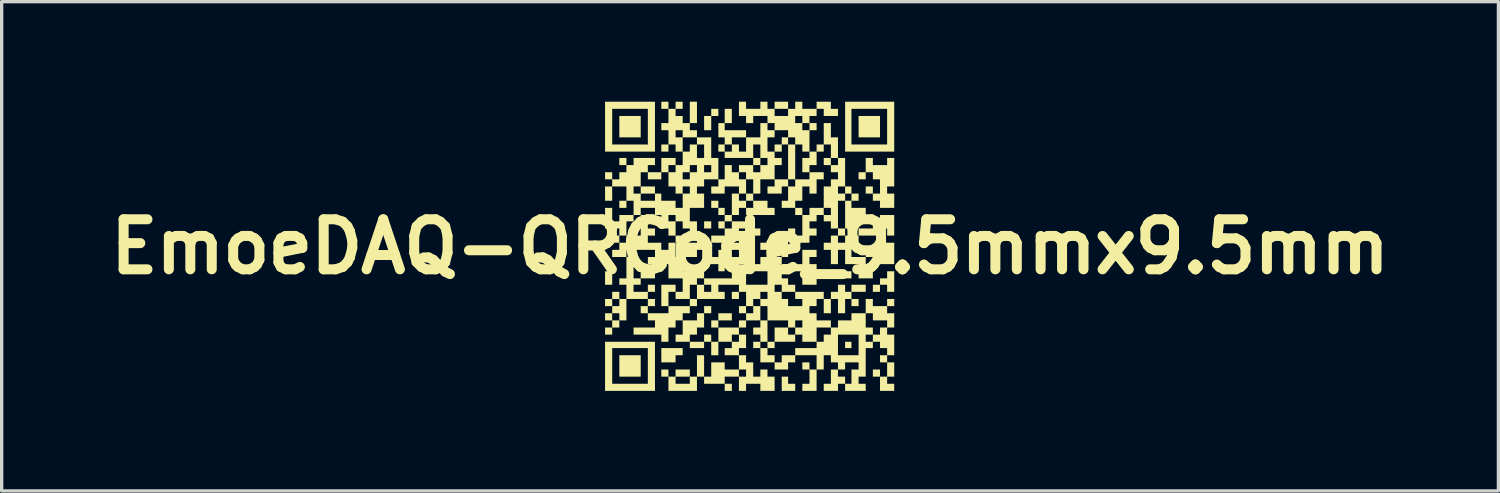
<source format=kicad_pcb>
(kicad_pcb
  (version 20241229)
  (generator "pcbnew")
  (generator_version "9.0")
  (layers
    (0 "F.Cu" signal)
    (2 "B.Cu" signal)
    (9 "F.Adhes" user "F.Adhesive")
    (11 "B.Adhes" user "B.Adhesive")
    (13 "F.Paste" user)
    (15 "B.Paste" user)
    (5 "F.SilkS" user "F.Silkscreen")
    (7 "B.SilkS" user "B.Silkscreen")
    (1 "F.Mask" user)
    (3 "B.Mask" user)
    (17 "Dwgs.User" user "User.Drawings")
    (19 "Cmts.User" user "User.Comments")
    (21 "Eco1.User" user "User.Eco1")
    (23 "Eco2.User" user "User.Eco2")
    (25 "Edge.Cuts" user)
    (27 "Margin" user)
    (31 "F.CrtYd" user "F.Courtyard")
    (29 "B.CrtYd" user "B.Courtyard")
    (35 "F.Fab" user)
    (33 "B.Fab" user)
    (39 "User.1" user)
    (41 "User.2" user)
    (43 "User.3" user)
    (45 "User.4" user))
  (footprint "EmoeDAQ-QRCode_9.5mmx9.5mm"
    (layer "F.Cu")
    (at 19.443 4.348)
    (property "Reference" "EmoeDAQ-QRCode_9.5mmx9.5mm" (at 0 0 0) (layer "F.SilkS") (effects (font (size 1.5 1.5) (thickness 0.3))))
    (attr board_only exclude_from_pos_files exclude_from_bom)
    (fp_poly (pts (xy -4.134 0.939) (xy -4.134 1.141) (xy -4.241 1.141) (xy -4.348 1.141) (xy -4.348 0.939) (xy -4.348 0.737) (xy -4.241 0.737) (xy -4.134 0.737)) (stroke (width 0) (type solid)) (fill yes) (layer "F.SilkS"))
    (fp_poly (pts (xy -3.279 -3.6) (xy -3.279 -3.279) (xy -3.6 -3.279) (xy -3.92 -3.279) (xy -3.92 -3.6) (xy -3.92 -3.92) (xy -3.6 -3.92) (xy -3.279 -3.92)) (stroke (width 0) (type solid)) (fill yes) (layer "F.SilkS"))
    (fp_poly (pts (xy -3.279 3.576) (xy -3.279 3.897) (xy -3.6 3.897) (xy -3.92 3.897) (xy -3.92 3.576) (xy -3.92 3.255) (xy -3.6 3.255) (xy -3.279 3.255)) (stroke (width 0) (type solid)) (fill yes) (layer "F.SilkS"))
    (fp_poly (pts (xy -2.851 -1.699) (xy -2.851 -1.592) (xy -3.065 -1.592) (xy -3.279 -1.592) (xy -3.279 -1.699) (xy -3.279 -1.806) (xy -3.065 -1.806) (xy -2.851 -1.806)) (stroke (width 0) (type solid)) (fill yes) (layer "F.SilkS"))
    (fp_poly (pts (xy -2.851 1.247) (xy -2.851 1.354) (xy -2.958 1.354) (xy -3.065 1.354) (xy -3.065 1.247) (xy -3.065 1.141) (xy -2.958 1.141) (xy -2.851 1.141)) (stroke (width 0) (type solid)) (fill yes) (layer "F.SilkS"))
    (fp_poly (pts (xy -1.592 1.675) (xy -1.592 1.782) (xy -1.699 1.782) (xy -1.806 1.782) (xy -1.806 1.675) (xy -1.806 1.568) (xy -1.699 1.568) (xy -1.592 1.568)) (stroke (width 0) (type solid)) (fill yes) (layer "F.SilkS"))
    (fp_poly (pts (xy -1.164 -0.653) (xy -1.164 -0.546) (xy -1.271 -0.546) (xy -1.378 -0.546) (xy -1.378 -0.653) (xy -1.378 -0.76) (xy -1.271 -0.76) (xy -1.164 -0.76)) (stroke (width 0) (type solid)) (fill yes) (layer "F.SilkS"))
    (fp_poly (pts (xy -1.164 1.889) (xy -1.164 1.996) (xy -1.271 1.996) (xy -1.378 1.996) (xy -1.378 1.889) (xy -1.378 1.782) (xy -1.271 1.782) (xy -1.164 1.782)) (stroke (width 0) (type solid)) (fill yes) (layer "F.SilkS"))
    (fp_poly (pts (xy -0.95 -1.271) (xy -0.95 -1.164) (xy -1.057 -1.164) (xy -1.164 -1.164) (xy -1.164 -1.271) (xy -1.164 -1.378) (xy -1.057 -1.378) (xy -0.95 -1.378)) (stroke (width 0) (type solid)) (fill yes) (layer "F.SilkS"))
    (fp_poly (pts (xy -0.546 4.217) (xy -0.546 4.324) (xy -0.653 4.324) (xy -0.76 4.324) (xy -0.76 4.217) (xy -0.76 4.111) (xy -0.653 4.111) (xy -0.546 4.111)) (stroke (width 0) (type solid)) (fill yes) (layer "F.SilkS"))
    (fp_poly (pts (xy -0.333 1.461) (xy -0.333 1.568) (xy -0.44 1.568) (xy -0.546 1.568) (xy -0.546 1.461) (xy -0.546 1.354) (xy -0.44 1.354) (xy -0.333 1.354)) (stroke (width 0) (type solid)) (fill yes) (layer "F.SilkS"))
    (fp_poly (pts (xy -0.119 1.889) (xy -0.119 1.996) (xy -0.226 1.996) (xy -0.333 1.996) (xy -0.333 1.889) (xy -0.333 1.782) (xy -0.226 1.782) (xy -0.119 1.782)) (stroke (width 0) (type solid)) (fill yes) (layer "F.SilkS"))
    (fp_poly (pts (xy 0.309 -0.44) (xy 0.309 -0.333) (xy 0.202 -0.333) (xy 0.095 -0.333) (xy 0.095 -0.44) (xy 0.095 -0.546) (xy 0.202 -0.546) (xy 0.309 -0.546)) (stroke (width 0) (type solid)) (fill yes) (layer "F.SilkS"))
    (fp_poly (pts (xy 0.523 -0.012) (xy 0.523 0.095) (xy 0.416 0.095) (xy 0.309 0.095) (xy 0.309 -0.012) (xy 0.309 -0.119) (xy 0.416 -0.119) (xy 0.523 -0.119)) (stroke (width 0) (type solid)) (fill yes) (layer "F.SilkS"))
    (fp_poly (pts (xy 0.737 0.202) (xy 0.737 0.309) (xy 0.63 0.309) (xy 0.523 0.309) (xy 0.523 0.202) (xy 0.523 0.095) (xy 0.63 0.095) (xy 0.737 0.095)) (stroke (width 0) (type solid)) (fill yes) (layer "F.SilkS"))
    (fp_poly (pts (xy 1.568 -1.057) (xy 1.568 -0.95) (xy 1.461 -0.95) (xy 1.354 -0.95) (xy 1.354 -1.057) (xy 1.354 -1.164) (xy 1.461 -1.164) (xy 1.568 -1.164)) (stroke (width 0) (type solid)) (fill yes) (layer "F.SilkS"))
    (fp_poly (pts (xy 2.424 -2.554) (xy 2.424 -2.447) (xy 2.317 -2.447) (xy 2.21 -2.447) (xy 2.21 -2.554) (xy 2.21 -2.661) (xy 2.317 -2.661) (xy 2.424 -2.661)) (stroke (width 0) (type solid)) (fill yes) (layer "F.SilkS"))
    (fp_poly (pts (xy 3.041 0.843) (xy 3.041 0.95) (xy 2.732 0.95) (xy 2.424 0.95) (xy 2.424 0.843) (xy 2.424 0.737) (xy 2.732 0.737) (xy 3.041 0.737)) (stroke (width 0) (type solid)) (fill yes) (layer "F.SilkS"))
    (fp_poly (pts (xy 3.041 2.946) (xy 3.041 3.041) (xy 2.946 3.041) (xy 2.851 3.041) (xy 2.851 2.946) (xy 2.851 2.851) (xy 2.946 2.851) (xy 3.041 2.851)) (stroke (width 0) (type solid)) (fill yes) (layer "F.SilkS"))
    (fp_poly (pts (xy 3.255 1.675) (xy 3.255 1.782) (xy 3.148 1.782) (xy 3.041 1.782) (xy 3.041 1.675) (xy 3.041 1.568) (xy 3.148 1.568) (xy 3.255 1.568)) (stroke (width 0) (type solid)) (fill yes) (layer "F.SilkS"))
    (fp_poly (pts (xy 3.897 -3.6) (xy 3.897 -3.279) (xy 3.576 -3.279) (xy 3.255 -3.279) (xy 3.255 -3.6) (xy 3.255 -3.92) (xy 3.576 -3.92) (xy 3.897 -3.92)) (stroke (width 0) (type solid)) (fill yes) (layer "F.SilkS"))
    (fp_poly (pts (xy -3.707 0.095) (xy -3.707 0.309) (xy -3.92 0.309) (xy -4.134 0.309) (xy -4.134 0.202) (xy -4.134 0.095) (xy -4.027 0.095) (xy -3.92 0.095) (xy -3.92 -0.012) (xy -3.92 -0.119) (xy -3.814 -0.119) (xy -3.707 -0.119)) (stroke (width 0) (type solid)) (fill yes) (layer "F.SilkS"))
    (fp_poly (pts (xy -2.02 3.148) (xy -2.02 3.255) (xy -2.127 3.255) (xy -2.233 3.255) (xy -2.233 3.362) (xy -2.233 3.469) (xy -2.447 3.469) (xy -2.661 3.469) (xy -2.661 3.255) (xy -2.661 3.041) (xy -2.34 3.041) (xy -2.02 3.041)) (stroke (width 0) (type solid)) (fill yes) (layer "F.SilkS"))
    (fp_poly (pts (xy 1.141 4.004) (xy 1.141 4.111) (xy 1.247 4.111) (xy 1.354 4.111) (xy 1.354 4.217) (xy 1.354 4.324) (xy 1.152 4.324) (xy 0.95 4.324) (xy 0.95 4.111) (xy 0.95 3.897) (xy 1.045 3.897) (xy 1.141 3.897)) (stroke (width 0) (type solid)) (fill yes) (layer "F.SilkS"))
    (fp_poly (pts (xy -0.95 -4.027) (xy -0.95 -3.92) (xy -1.057 -3.92) (xy -1.164 -3.92) (xy -1.164 -3.707) (xy -1.164 -3.493) (xy -1.271 -3.493) (xy -1.378 -3.493) (xy -1.378 -3.707) (xy -1.378 -3.92) (xy -1.271 -3.92) (xy -1.164 -3.92) (xy -1.164 -4.027) (xy -1.164 -4.134) (xy -1.057 -4.134) (xy -0.95 -4.134)) (stroke (width 0) (type solid)) (fill yes) (layer "F.SilkS"))
    (fp_poly (pts (xy -0.546 2.103) (xy -0.546 2.21) (xy -0.748 2.21) (xy -0.95 2.21) (xy -0.95 2.317) (xy -0.95 2.424) (xy -1.057 2.424) (xy -1.164 2.424) (xy -1.164 2.317) (xy -1.164 2.21) (xy -1.057 2.21) (xy -0.95 2.21) (xy -0.95 2.103) (xy -0.95 1.996) (xy -0.748 1.996) (xy -0.546 1.996)) (stroke (width 0) (type solid)) (fill yes) (layer "F.SilkS"))
    (fp_poly (pts (xy 1.141 -3.172) (xy 1.141 -3.065) (xy 1.045 -3.065) (xy 0.95 -3.065) (xy 0.95 -2.958) (xy 0.95 -2.851) (xy 0.843 -2.851) (xy 0.737 -2.851) (xy 0.737 -2.958) (xy 0.737 -3.065) (xy 0.843 -3.065) (xy 0.95 -3.065) (xy 0.95 -3.172) (xy 0.95 -3.279) (xy 1.045 -3.279) (xy 1.141 -3.279)) (stroke (width 0) (type solid)) (fill yes) (layer "F.SilkS"))
    (fp_poly (pts (xy -2.851 -3.6) (xy -2.851 -2.851) (xy -3.6 -2.851) (xy -4.348 -2.851) (xy -4.348 -3.6) (xy -4.134 -3.6) (xy -4.134 -3.065) (xy -3.6 -3.065) (xy -3.065 -3.065) (xy -3.065 -3.6) (xy -3.065 -4.134) (xy -3.6 -4.134) (xy -4.134 -4.134) (xy -4.134 -3.6) (xy -4.348 -3.6) (xy -4.348 -4.348) (xy -3.6 -4.348) (xy -2.851 -4.348)) (stroke (width 0) (type solid)) (fill yes) (layer "F.SilkS"))
    (fp_poly (pts (xy 4.324 -3.6) (xy 4.324 -2.851) (xy 3.588 -2.851) (xy 2.851 -2.851) (xy 2.851 -3.6) (xy 3.041 -3.6) (xy 3.041 -3.065) (xy 3.576 -3.065) (xy 4.111 -3.065) (xy 4.111 -3.6) (xy 4.111 -4.134) (xy 3.576 -4.134) (xy 3.041 -4.134) (xy 3.041 -3.6) (xy 2.851 -3.6) (xy 2.851 -4.348) (xy 3.588 -4.348) (xy 4.324 -4.348)) (stroke (width 0) (type solid)) (fill yes) (layer "F.SilkS"))
    (fp_poly (pts (xy -2.851 3.588) (xy -2.851 4.324) (xy -3.6 4.324) (xy -4.348 4.324) (xy -4.348 3.588) (xy -4.348 3.576) (xy -4.134 3.576) (xy -4.134 4.111) (xy -3.6 4.111) (xy -3.065 4.111) (xy -3.065 3.576) (xy -3.065 3.041) (xy -3.6 3.041) (xy -4.134 3.041) (xy -4.134 3.576) (xy -4.348 3.576) (xy -4.348 2.851) (xy -3.6 2.851) (xy -2.851 2.851)) (stroke (width 0) (type solid)) (fill yes) (layer "F.SilkS"))
    (fp_poly (pts (xy 1.141 2.53) (xy 1.141 2.637) (xy 1.247 2.637) (xy 1.354 2.637) (xy 1.354 2.744) (xy 1.354 2.851) (xy 1.045 2.851) (xy 0.737 2.851) (xy 0.737 2.946) (xy 0.737 3.041) (xy 0.63 3.041) (xy 0.523 3.041) (xy 0.523 2.946) (xy 0.523 2.851) (xy 0.63 2.851) (xy 0.737 2.851) (xy 0.737 2.637) (xy 0.737 2.424) (xy 0.939 2.424) (xy 1.141 2.424)) (stroke (width 0) (type solid)) (fill yes) (layer "F.SilkS"))
    (fp_poly (pts (xy 4.324 1.045) (xy 4.324 1.354) (xy 4.217 1.354) (xy 4.111 1.354) (xy 4.111 1.247) (xy 4.111 1.141) (xy 4.004 1.141) (xy 3.897 1.141) (xy 3.897 1.247) (xy 3.897 1.354) (xy 3.79 1.354) (xy 3.683 1.354) (xy 3.683 1.247) (xy 3.683 1.141) (xy 3.79 1.141) (xy 3.897 1.141) (xy 3.897 1.045) (xy 3.897 0.95) (xy 4.004 0.95) (xy 4.111 0.95) (xy 4.111 0.843) (xy 4.111 0.737) (xy 4.217 0.737) (xy 4.324 0.737)) (stroke (width 0) (type solid)) (fill yes) (layer "F.SilkS"))
    (fp_poly (pts (xy 3.255 -1.485) (xy 3.255 -1.378) (xy 3.148 -1.378) (xy 3.041 -1.378) (xy 3.041 -1.271) (xy 3.041 -1.164) (xy 3.255 -1.164) (xy 3.469 -1.164) (xy 3.469 -1.057) (xy 3.469 -0.95) (xy 3.362 -0.95) (xy 3.255 -0.95) (xy 3.255 -0.855) (xy 3.255 -0.76) (xy 3.148 -0.76) (xy 3.041 -0.76) (xy 3.041 -0.653) (xy 3.041 -0.546) (xy 2.946 -0.546) (xy 2.851 -0.546) (xy 2.851 -0.962) (xy 2.851 -1.378) (xy 2.946 -1.378) (xy 3.041 -1.378) (xy 3.041 -1.485) (xy 3.041 -1.592) (xy 3.148 -1.592) (xy 3.255 -1.592)) (stroke (width 0) (type solid)) (fill yes) (layer "F.SilkS"))
    (fp_poly (pts (xy 4.324 3.683) (xy 4.324 3.897) (xy 4.217 3.897) (xy 4.111 3.897) (xy 4.111 4.004) (xy 4.111 4.111) (xy 4.217 4.111) (xy 4.324 4.111) (xy 4.324 4.217) (xy 4.324 4.324) (xy 4.111 4.324) (xy 3.897 4.324) (xy 3.897 4.111) (xy 3.897 3.897) (xy 3.79 3.897) (xy 3.683 3.897) (xy 3.683 3.79) (xy 3.683 3.683) (xy 3.79 3.683) (xy 3.897 3.683) (xy 3.897 3.79) (xy 3.897 3.897) (xy 4.004 3.897) (xy 4.111 3.897) (xy 4.111 3.683) (xy 4.111 3.469) (xy 4.217 3.469) (xy 4.324 3.469)) (stroke (width 0) (type solid)) (fill yes) (layer "F.SilkS"))
    (fp_poly (pts (xy 1.996 0.202) (xy 1.996 0.309) (xy 1.889 0.309) (xy 1.782 0.309) (xy 1.782 0.416) (xy 1.782 0.523) (xy 1.889 0.523) (xy 1.996 0.523) (xy 1.996 0.63) (xy 1.996 0.737) (xy 2.103 0.737) (xy 2.21 0.737) (xy 2.21 0.843) (xy 2.21 0.95) (xy 2.103 0.95) (xy 1.996 0.95) (xy 1.996 1.045) (xy 1.996 1.141) (xy 1.782 1.141) (xy 1.568 1.141) (xy 1.568 0.939) (xy 1.568 0.737) (xy 1.461 0.737) (xy 1.354 0.737) (xy 1.354 0.63) (xy 1.354 0.523) (xy 1.461 0.523) (xy 1.568 0.523) (xy 1.568 0.309) (xy 1.568 0.095) (xy 1.782 0.095) (xy 1.996 0.095)) (stroke (width 0) (type solid)) (fill yes) (layer "F.SilkS"))
    (fp_poly (pts (xy 3.683 -2.554) (xy 3.683 -2.447) (xy 3.897 -2.447) (xy 4.111 -2.447) (xy 4.111 -2.554) (xy 4.111 -2.661) (xy 4.217 -2.661) (xy 4.324 -2.661) (xy 4.324 -2.233) (xy 4.324 -1.806) (xy 4.217 -1.806) (xy 4.111 -1.806) (xy 4.111 -1.699) (xy 4.111 -1.592) (xy 4.217 -1.592) (xy 4.324 -1.592) (xy 4.324 -1.378) (xy 4.324 -1.164) (xy 4.111 -1.164) (xy 3.897 -1.164) (xy 3.897 -1.271) (xy 3.897 -1.378) (xy 3.79 -1.378) (xy 3.683 -1.378) (xy 3.683 -1.485) (xy 3.683 -1.592) (xy 3.576 -1.592) (xy 3.469 -1.592) (xy 3.469 -1.699) (xy 3.469 -1.806) (xy 3.576 -1.806) (xy 3.683 -1.806) (xy 3.683 -1.699) (xy 3.683 -1.592) (xy 3.79 -1.592) (xy 3.897 -1.592) (xy 3.897 -1.806) (xy 3.897 -2.02) (xy 3.79 -2.02) (xy 3.683 -2.02) (xy 3.683 -2.127) (xy 3.683 -2.233) (xy 3.576 -2.233) (xy 3.469 -2.233) (xy 3.469 -2.127) (xy 3.469 -2.02) (xy 3.362 -2.02) (xy 3.255 -2.02) (xy 3.255 -2.127) (xy 3.255 -2.233) (xy 3.362 -2.233) (xy 3.469 -2.233) (xy 3.469 -2.447) (xy 3.469 -2.661) (xy 3.576 -2.661) (xy 3.683 -2.661)) (stroke (width 0) (type solid)) (fill yes) (layer "F.SilkS"))
    (fp_poly (pts (xy 1.354 -2.542) (xy 1.354 -2.02) (xy 1.568 -2.02) (xy 1.782 -2.02) (xy 1.782 -2.127) (xy 1.782 -2.233) (xy 1.996 -2.233) (xy 2.21 -2.233) (xy 2.21 -2.127) (xy 2.21 -2.02) (xy 2.103 -2.02) (xy 1.996 -2.02) (xy 1.996 -1.806) (xy 1.996 -1.592) (xy 1.889 -1.592) (xy 1.782 -1.592) (xy 1.782 -1.699) (xy 1.782 -1.806) (xy 1.675 -1.806) (xy 1.568 -1.806) (xy 1.568 -1.592) (xy 1.568 -1.378) (xy 1.461 -1.378) (xy 1.354 -1.378) (xy 1.354 -1.271) (xy 1.354 -1.164) (xy 1.152 -1.164) (xy 0.95 -1.164) (xy 0.95 -1.271) (xy 0.95 -1.378) (xy 1.045 -1.378) (xy 1.141 -1.378) (xy 1.141 -1.592) (xy 1.141 -1.806) (xy 1.045 -1.806) (xy 0.95 -1.806) (xy 0.95 -1.699) (xy 0.95 -1.592) (xy 0.737 -1.592) (xy 0.523 -1.592) (xy 0.523 -1.699) (xy 0.523 -1.806) (xy 0.63 -1.806) (xy 0.737 -1.806) (xy 0.737 -1.913) (xy 1.141 -1.913) (xy 1.141 -1.806) (xy 1.247 -1.806) (xy 1.354 -1.806) (xy 1.354 -1.913) (xy 1.354 -2.02) (xy 1.247 -2.02) (xy 1.141 -2.02) (xy 1.141 -1.913) (xy 0.737 -1.913) (xy 0.737 -2.02) (xy 0.939 -2.02) (xy 1.141 -2.02) (xy 1.141 -2.542) (xy 1.141 -3.065) (xy 1.247 -3.065) (xy 1.354 -3.065)) (stroke (width 0) (type solid)) (fill yes) (layer "F.SilkS"))
    (fp_poly (pts (xy -0.333 -1.485) (xy -0.333 -1.378) (xy -0.226 -1.378) (xy -0.119 -1.378) (xy -0.119 -1.485) (xy -0.119 -1.592) (xy -0.012 -1.592) (xy 0.095 -1.592) (xy 0.095 -1.485) (xy 0.095 -1.378) (xy -0.012 -1.378) (xy -0.119 -1.378) (xy -0.119 -1.271) (xy -0.119 -1.164) (xy -0.012 -1.164) (xy 0.095 -1.164) (xy 0.095 -1.271) (xy 0.095 -1.378) (xy 0.309 -1.378) (xy 0.523 -1.378) (xy 0.523 -1.271) (xy 0.523 -1.164) (xy 0.63 -1.164) (xy 0.737 -1.164) (xy 0.737 -1.057) (xy 0.737 -0.95) (xy 0.309 -0.95) (xy -0.119 -0.95) (xy -0.119 -1.057) (xy -0.119 -1.164) (xy -0.226 -1.164) (xy -0.333 -1.164) (xy -0.333 -1.057) (xy -0.333 -0.95) (xy -0.44 -0.95) (xy -0.546 -0.95) (xy -0.546 -0.855) (xy -0.546 -0.76) (xy -0.653 -0.76) (xy -0.76 -0.76) (xy -0.76 -0.653) (xy -0.76 -0.546) (xy -0.855 -0.546) (xy -0.95 -0.546) (xy -0.95 -0.653) (xy -0.95 -0.76) (xy -0.855 -0.76) (xy -0.76 -0.76) (xy -0.76 -0.855) (xy -0.76 -0.95) (xy -0.855 -0.95) (xy -0.95 -0.95) (xy -0.95 -1.057) (xy -0.95 -1.164) (xy -0.855 -1.164) (xy -0.76 -1.164) (xy -0.76 -1.057) (xy -0.76 -0.95) (xy -0.653 -0.95) (xy -0.546 -0.95) (xy -0.546 -1.271) (xy -0.546 -1.592) (xy -0.44 -1.592) (xy -0.333 -1.592)) (stroke (width 0) (type solid)) (fill yes) (layer "F.SilkS"))
    (fp_poly (pts (xy -3.493 0.63) (xy -3.493 0.95) (xy -3.386 0.95) (xy -3.279 0.95) (xy -3.279 1.045) (xy -3.279 1.141) (xy -3.386 1.141) (xy -3.493 1.141) (xy -3.493 1.247) (xy -3.493 1.354) (xy -3.279 1.354) (xy -3.065 1.354) (xy -3.065 1.461) (xy -3.065 1.568) (xy -3.386 1.568) (xy -3.707 1.568) (xy -3.707 1.889) (xy -3.707 2.21) (xy -3.814 2.21) (xy -3.92 2.21) (xy -3.92 2.317) (xy -3.92 2.424) (xy -4.027 2.424) (xy -4.134 2.424) (xy -4.134 2.53) (xy -4.134 2.637) (xy -4.241 2.637) (xy -4.348 2.637) (xy -4.348 2.53) (xy -4.348 2.424) (xy -4.241 2.424) (xy -4.134 2.424) (xy -4.134 2.317) (xy -4.134 2.21) (xy -4.241 2.21) (xy -4.348 2.21) (xy -4.348 2.103) (xy -4.134 2.103) (xy -4.134 2.21) (xy -4.027 2.21) (xy -3.92 2.21) (xy -3.92 2.103) (xy -3.92 1.996) (xy -4.027 1.996) (xy -4.134 1.996) (xy -4.134 2.103) (xy -4.348 2.103) (xy -4.348 1.996) (xy -4.241 1.996) (xy -4.134 1.996) (xy -4.134 1.889) (xy -4.134 1.782) (xy -4.241 1.782) (xy -4.348 1.782) (xy -4.348 1.675) (xy -4.134 1.675) (xy -4.134 1.782) (xy -4.027 1.782) (xy -3.92 1.782) (xy -3.92 1.675) (xy -3.92 1.568) (xy -4.027 1.568) (xy -4.134 1.568) (xy -4.134 1.675) (xy -4.348 1.675) (xy -4.348 1.568) (xy -4.241 1.568) (xy -4.134 1.568) (xy -4.134 1.461) (xy -4.134 1.354) (xy -4.027 1.354) (xy -3.92 1.354) (xy -3.92 1.461) (xy -3.92 1.568) (xy -3.814 1.568) (xy -3.707 1.568) (xy -3.707 1.354) (xy -3.707 1.141) (xy -3.814 1.141) (xy -3.92 1.141) (xy -3.92 1.045) (xy -3.92 0.95) (xy -3.814 0.95) (xy -3.707 0.95) (xy -3.707 0.63) (xy -3.707 0.309) (xy -3.6 0.309) (xy -3.493 0.309)) (stroke (width 0) (type solid)) (fill yes) (layer "F.SilkS"))
    (fp_poly (pts (xy 3.683 -0.855) (xy 3.683 -0.76) (xy 3.79 -0.76) (xy 3.897 -0.76) (xy 3.897 -0.855) (xy 3.897 -0.95) (xy 4.111 -0.95) (xy 4.324 -0.95) (xy 4.324 -0.642) (xy 4.324 -0.333) (xy 4.217 -0.333) (xy 4.111 -0.333) (xy 4.111 -0.44) (xy 4.111 -0.546) (xy 4.004 -0.546) (xy 3.897 -0.546) (xy 3.897 -0.44) (xy 3.897 -0.333) (xy 3.576 -0.333) (xy 3.255 -0.333) (xy 3.255 -0.226) (xy 3.255 -0.119) (xy 3.148 -0.119) (xy 3.041 -0.119) (xy 3.041 0.095) (xy 3.041 0.309) (xy 3.255 0.309) (xy 3.469 0.309) (xy 3.469 0.202) (xy 3.469 0.095) (xy 3.683 0.095) (xy 3.897 0.095) (xy 3.897 -0.012) (xy 3.897 -0.119) (xy 4.111 -0.119) (xy 4.324 -0.119) (xy 4.324 0.202) (xy 4.324 0.523) (xy 4.004 0.523) (xy 3.683 0.523) (xy 3.683 0.416) (xy 3.683 0.309) (xy 3.576 0.309) (xy 3.469 0.309) (xy 3.469 0.523) (xy 3.469 0.737) (xy 3.576 0.737) (xy 3.683 0.737) (xy 3.683 0.843) (xy 3.683 0.95) (xy 3.469 0.95) (xy 3.255 0.95) (xy 3.255 0.737) (xy 3.255 0.523) (xy 3.053 0.523) (xy 2.851 0.523) (xy 2.851 0.309) (xy 2.851 0.095) (xy 2.744 0.095) (xy 2.637 0.095) (xy 2.637 0.309) (xy 2.637 0.523) (xy 2.53 0.523) (xy 2.424 0.523) (xy 2.424 0.309) (xy 2.424 0.095) (xy 2.317 0.095) (xy 2.21 0.095) (xy 2.21 -0.012) (xy 2.21 -0.119) (xy 2.317 -0.119) (xy 2.424 -0.119) (xy 2.424 -0.226) (xy 2.424 -0.333) (xy 2.53 -0.333) (xy 2.637 -0.333) (xy 2.637 -0.44) (xy 2.637 -0.546) (xy 2.744 -0.546) (xy 2.851 -0.546) (xy 2.851 -0.44) (xy 2.851 -0.333) (xy 2.744 -0.333) (xy 2.637 -0.333) (xy 2.637 -0.226) (xy 2.637 -0.119) (xy 2.744 -0.119) (xy 2.851 -0.119) (xy 2.851 -0.226) (xy 2.851 -0.333) (xy 3.053 -0.333) (xy 3.255 -0.333) (xy 3.255 -0.44) (xy 3.255 -0.546) (xy 3.469 -0.546) (xy 3.683 -0.546) (xy 3.683 -0.653) (xy 3.683 -0.76) (xy 3.576 -0.76) (xy 3.469 -0.76) (xy 3.469 -0.855) (xy 3.469 -0.95) (xy 3.576 -0.95) (xy 3.683 -0.95)) (stroke (width 0) (type solid)) (fill yes) (layer "F.SilkS"))
    (fp_poly (pts (xy -1.378 3.576) (xy -1.378 3.897) (xy -1.271 3.897) (xy -1.164 3.897) (xy -1.164 3.79) (xy -0.333 3.79) (xy -0.333 3.897) (xy -0.226 3.897) (xy -0.119 3.897) (xy -0.119 3.79) (xy -0.119 3.683) (xy -0.226 3.683) (xy -0.333 3.683) (xy -0.333 3.79) (xy -1.164 3.79) (xy -1.164 3.683) (xy -1.164 3.469) (xy -0.962 3.469) (xy -0.76 3.469) (xy -0.76 3.576) (xy -0.76 3.683) (xy -0.546 3.683) (xy -0.333 3.683) (xy -0.333 3.469) (xy -0.333 3.255) (xy -0.226 3.255) (xy -0.119 3.255) (xy -0.119 3.362) (xy -0.119 3.469) (xy -0.012 3.469) (xy 0.095 3.469) (xy 0.095 3.683) (xy 0.095 3.897) (xy 0.202 3.897) (xy 0.309 3.897) (xy 0.309 3.79) (xy 0.309 3.683) (xy 0.416 3.683) (xy 0.523 3.683) (xy 0.523 3.79) (xy 0.523 3.897) (xy 0.63 3.897) (xy 0.737 3.897) (xy 0.737 4.111) (xy 0.737 4.324) (xy 0.523 4.324) (xy 0.309 4.324) (xy 0.309 4.217) (xy 0.309 4.111) (xy 0.095 4.111) (xy -0.119 4.111) (xy -0.119 4.217) (xy -0.119 4.324) (xy -0.226 4.324) (xy -0.333 4.324) (xy -0.333 4.111) (xy -0.333 3.897) (xy -0.546 3.897) (xy -0.76 3.897) (xy -0.76 4.004) (xy -0.76 4.111) (xy -1.069 4.111) (xy -1.378 4.111) (xy -1.378 4.004) (xy -1.378 3.897) (xy -1.485 3.897) (xy -1.592 3.897) (xy -1.592 4.111) (xy -1.592 4.324) (xy -2.02 4.324) (xy -2.447 4.324) (xy -2.447 4.111) (xy -2.447 4.004) (xy -2.233 4.004) (xy -2.233 4.111) (xy -2.02 4.111) (xy -1.806 4.111) (xy -1.806 4.004) (xy -1.806 3.897) (xy -2.02 3.897) (xy -2.233 3.897) (xy -2.233 4.004) (xy -2.447 4.004) (xy -2.447 3.897) (xy -2.554 3.897) (xy -2.661 3.897) (xy -2.661 3.79) (xy -2.661 3.683) (xy -2.554 3.683) (xy -2.447 3.683) (xy -2.447 3.79) (xy -2.447 3.897) (xy -2.34 3.897) (xy -2.233 3.897) (xy -2.233 3.79) (xy -2.233 3.683) (xy -2.02 3.683) (xy -1.806 3.683) (xy -1.806 3.79) (xy -1.806 3.897) (xy -1.699 3.897) (xy -1.592 3.897) (xy -1.592 3.576) (xy -1.592 3.255) (xy -1.485 3.255) (xy -1.378 3.255)) (stroke (width 0) (type solid)) (fill yes) (layer "F.SilkS"))
    (fp_poly (pts (xy -2.851 -0.855) (xy -2.851 -0.76) (xy -2.958 -0.76) (xy -3.065 -0.76) (xy -3.065 -0.653) (xy -3.065 -0.546) (xy -2.958 -0.546) (xy -2.851 -0.546) (xy -2.851 -0.44) (xy -2.851 -0.333) (xy -2.958 -0.333) (xy -3.065 -0.333) (xy -3.065 -0.226) (xy -3.065 -0.119) (xy -2.863 -0.119) (xy -2.661 -0.119) (xy -2.661 -0.012) (xy -2.661 0.095) (xy -2.554 0.095) (xy -2.447 0.095) (xy -2.233 0.095) (xy -2.233 0.309) (xy -2.127 0.309) (xy -2.02 0.309) (xy -2.02 0.095) (xy -2.02 -0.119) (xy -2.127 -0.119) (xy -2.233 -0.119) (xy -2.233 0.095) (xy -2.447 0.095) (xy -2.447 -0.012) (xy -2.447 -0.119) (xy -2.34 -0.119) (xy -2.233 -0.119) (xy -2.233 -0.226) (xy -2.233 -0.333) (xy -2.127 -0.333) (xy -2.02 -0.333) (xy -2.02 -0.226) (xy -2.02 -0.119) (xy -1.806 -0.119) (xy -1.592 -0.119) (xy -1.592 -0.226) (xy -1.592 -0.333) (xy -1.485 -0.333) (xy -1.378 -0.333) (xy -1.378 -0.119) (xy -1.378 0.095) (xy -1.485 0.095) (xy -1.592 0.095) (xy -1.592 0.202) (xy -1.592 0.309) (xy -1.806 0.309) (xy -2.02 0.309) (xy -2.02 0.523) (xy -2.02 0.737) (xy -1.699 0.737) (xy -1.378 0.737) (xy -1.378 0.843) (xy -1.378 0.95) (xy -1.485 0.95) (xy -1.592 0.95) (xy -1.592 1.045) (xy -1.592 1.141) (xy -1.699 1.141) (xy -1.806 1.141) (xy -1.806 1.354) (xy -1.806 1.568) (xy -2.02 1.568) (xy -2.233 1.568) (xy -2.233 1.461) (xy -2.233 1.354) (xy -2.34 1.354) (xy -2.447 1.354) (xy -2.447 1.568) (xy -2.447 1.782) (xy -2.554 1.782) (xy -2.661 1.782) (xy -2.661 1.461) (xy -2.661 1.141) (xy -2.447 1.141) (xy -2.233 1.141) (xy -2.233 1.247) (xy -2.233 1.354) (xy -2.127 1.354) (xy -2.02 1.354) (xy -2.02 1.152) (xy -2.02 0.95) (xy -2.233 0.95) (xy -2.447 0.95) (xy -2.447 0.737) (xy -2.447 0.523) (xy -2.756 0.523) (xy -3.065 0.523) (xy -3.065 0.63) (xy -3.065 0.737) (xy -2.958 0.737) (xy -2.851 0.737) (xy -2.851 0.843) (xy -2.851 0.95) (xy -3.065 0.95) (xy -3.279 0.95) (xy -3.279 0.737) (xy -3.279 0.523) (xy -3.172 0.523) (xy -3.065 0.523) (xy -3.065 0.416) (xy -3.065 0.309) (xy -2.958 0.309) (xy -2.851 0.309) (xy -2.851 0.202) (xy -2.851 0.095) (xy -3.172 0.095) (xy -3.493 0.095) (xy -3.493 -0.012) (xy -3.493 -0.119) (xy -3.6 -0.119) (xy -3.707 -0.119) (xy -3.707 -0.226) (xy -3.707 -0.333) (xy -3.493 -0.333) (xy -3.279 -0.333) (xy -3.279 -0.642) (xy -3.279 -0.95) (xy -3.065 -0.95) (xy -2.851 -0.95)) (stroke (width 0) (type solid)) (fill yes) (layer "F.SilkS"))
    (fp_poly (pts (xy -2.447 -4.241) (xy -2.447 -4.134) (xy -2.34 -4.134) (xy -2.233 -4.134) (xy -2.233 -4.241) (xy -2.233 -4.348) (xy -2.127 -4.348) (xy -2.02 -4.348) (xy -2.02 -4.241) (xy -2.02 -4.134) (xy -2.127 -4.134) (xy -2.233 -4.134) (xy -2.233 -4.027) (xy -2.233 -3.92) (xy -2.127 -3.92) (xy -2.02 -3.92) (xy -2.02 -3.814) (xy -2.02 -3.707) (xy -1.913 -3.707) (xy -1.806 -3.707) (xy -1.806 -4.027) (xy -1.806 -4.348) (xy -1.699 -4.348) (xy -1.592 -4.348) (xy -1.592 -4.027) (xy -1.592 -3.707) (xy -1.699 -3.707) (xy -1.806 -3.707) (xy -1.806 -3.6) (xy -1.806 -3.493) (xy -1.699 -3.493) (xy -1.592 -3.493) (xy -1.592 -3.386) (xy -1.592 -3.279) (xy -1.806 -3.279) (xy -2.02 -3.279) (xy -2.02 -3.065) (xy -2.02 -2.851) (xy -1.913 -2.851) (xy -1.806 -2.851) (xy -1.806 -2.863) (xy -1.592 -2.863) (xy -1.592 -2.661) (xy -1.485 -2.661) (xy -1.378 -2.661) (xy -1.378 -2.863) (xy -1.378 -3.065) (xy -1.485 -3.065) (xy -1.592 -3.065) (xy -1.592 -2.863) (xy -1.806 -2.863) (xy -1.806 -2.958) (xy -1.806 -3.065) (xy -1.699 -3.065) (xy -1.592 -3.065) (xy -1.592 -3.172) (xy -1.592 -3.279) (xy -1.378 -3.279) (xy -1.164 -3.279) (xy -1.164 -2.97) (xy -1.164 -2.661) (xy -1.057 -2.661) (xy -0.95 -2.661) (xy -0.95 -2.34) (xy -0.95 -2.02) (xy -0.855 -2.02) (xy -0.76 -2.02) (xy -0.76 -2.127) (xy -0.333 -2.127) (xy -0.333 -2.02) (xy -0.226 -2.02) (xy -0.119 -2.02) (xy -0.119 -2.127) (xy -0.119 -2.233) (xy -0.226 -2.233) (xy -0.333 -2.233) (xy -0.333 -2.127) (xy -0.76 -2.127) (xy -0.76 -2.233) (xy -0.76 -2.447) (xy -0.653 -2.447) (xy -0.546 -2.447) (xy -0.546 -2.34) (xy -0.546 -2.233) (xy -0.44 -2.233) (xy -0.333 -2.233) (xy -0.333 -2.34) (xy -0.333 -2.447) (xy -0.119 -2.447) (xy 0.095 -2.447) (xy 0.095 -2.34) (xy 0.095 -2.233) (xy 0.202 -2.233) (xy 0.309 -2.233) (xy 0.309 -2.34) (xy 0.309 -2.447) (xy 0.416 -2.447) (xy 0.523 -2.447) (xy 0.523 -2.554) (xy 0.523 -2.661) (xy 0.416 -2.661) (xy 0.309 -2.661) (xy 0.309 -2.554) (xy 0.309 -2.447) (xy 0.202 -2.447) (xy 0.095 -2.447) (xy 0.095 -2.554) (xy 0.095 -2.661) (xy -0.333 -2.661) (xy -0.76 -2.661) (xy -0.76 -2.756) (xy -0.76 -2.851) (xy -0.855 -2.851) (xy -0.95 -2.851) (xy -0.95 -2.958) (xy -0.95 -3.065) (xy -0.855 -3.065) (xy -0.76 -3.065) (xy -0.76 -2.958) (xy -0.76 -2.851) (xy -0.653 -2.851) (xy -0.546 -2.851) (xy -0.546 -2.958) (xy -0.546 -3.065) (xy -0.44 -3.065) (xy -0.333 -3.065) (xy -0.333 -2.958) (xy -0.333 -2.851) (xy -0.226 -2.851) (xy -0.119 -2.851) (xy -0.119 -2.863) (xy 0.095 -2.863) (xy 0.095 -2.661) (xy 0.202 -2.661) (xy 0.309 -2.661) (xy 0.309 -2.863) (xy 0.309 -3.065) (xy 0.202 -3.065) (xy 0.095 -3.065) (xy 0.095 -2.863) (xy -0.119 -2.863) (xy -0.119 -3.065) (xy -0.119 -3.279) (xy -0.333 -3.279) (xy -0.546 -3.279) (xy -0.546 -3.172) (xy -0.546 -3.065) (xy -0.653 -3.065) (xy -0.76 -3.065) (xy -0.76 -3.172) (xy -0.76 -3.279) (xy -0.855 -3.279) (xy -0.95 -3.279) (xy -0.95 -3.493) (xy -0.95 -3.707) (xy -0.855 -3.707) (xy -0.76 -3.707) (xy -0.76 -3.92) (xy -0.76 -4.134) (xy -0.653 -4.134) (xy -0.546 -4.134) (xy -0.546 -3.92) (xy -0.546 -3.707) (xy -0.653 -3.707) (xy -0.76 -3.707) (xy -0.76 -3.6) (xy -0.76 -3.493) (xy -0.44 -3.493) (xy -0.119 -3.493) (xy -0.119 -3.386) (xy -0.119 -3.279) (xy 0.095 -3.279) (xy 0.309 -3.279) (xy 0.309 -3.493) (xy 0.309 -3.6) (xy 0.523 -3.6) (xy 0.523 -3.493) (xy 0.63 -3.493) (xy 0.737 -3.493) (xy 0.737 -3.6) (xy 0.737 -3.707) (xy 0.63 -3.707) (xy 0.523 -3.707) (xy 0.523 -3.6) (xy 0.309 -3.6) (xy 0.309 -3.707) (xy 0.416 -3.707) (xy 0.523 -3.707) (xy 0.523 -3.814) (xy 1.354 -3.814) (xy 1.354 -3.707) (xy 1.461 -3.707) (xy 1.568 -3.707) (xy 1.568 -3.814) (xy 1.568 -3.92) (xy 1.461 -3.92) (xy 1.354 -3.92) (xy 1.354 -3.814) (xy 0.523 -3.814) (xy 0.523 -3.92) (xy 0.309 -3.92) (xy 0.095 -3.92) (xy 0.095 -3.814) (xy 0.095 -3.707) (xy -0.012 -3.707) (xy -0.119 -3.707) (xy -0.119 -3.814) (xy -0.119 -3.92) (xy -0.226 -3.92) (xy -0.333 -3.92) (xy -0.333 -4.027) (xy 0.737 -4.027) (xy 0.737 -3.92) (xy 0.939 -3.92) (xy 1.141 -3.92) (xy 1.141 -4.027) (xy 1.141 -4.134) (xy 0.939 -4.134) (xy 0.737 -4.134) (xy 0.737 -4.027) (xy -0.333 -4.027) (xy -0.333 -4.134) (xy -0.333 -4.348) (xy -0.226 -4.348) (xy -0.119 -4.348) (xy -0.119 -4.241) (xy -0.119 -4.134) (xy 0.095 -4.134) (xy 0.309 -4.134) (xy 0.309 -4.241) (xy 0.309 -4.348) (xy 0.416 -4.348) (xy 0.523 -4.348) (xy 0.523 -4.241) (xy 0.523 -4.134) (xy 0.63 -4.134) (xy 0.737 -4.134) (xy 0.737 -4.241) (xy 0.737 -4.348) (xy 0.939 -4.348) (xy 1.141 -4.348) (xy 1.141 -4.241) (xy 1.141 -4.134) (xy 1.247 -4.134) (xy 1.354 -4.134) (xy 1.354 -4.241) (xy 1.354 -4.348) (xy 1.461 -4.348) (xy 1.568 -4.348) (xy 1.568 -4.241) (xy 1.568 -4.134) (xy 1.782 -4.134) (xy 1.996 -4.134) (xy 1.996 -4.241) (xy 1.996 -4.348) (xy 2.21 -4.348) (xy 2.424 -4.348) (xy 2.424 -4.241) (xy 2.424 -4.134) (xy 2.53 -4.134) (xy 2.637 -4.134) (xy 2.637 -4.027) (xy 2.637 -3.92) (xy 2.424 -3.92) (xy 2.21 -3.92) (xy 2.21 -4.027) (xy 2.21 -4.134) (xy 2.103 -4.134) (xy 1.996 -4.134) (xy 1.996 -4.027) (xy 1.996 -3.92) (xy 1.889 -3.92) (xy 1.782 -3.92) (xy 1.782 -3.814) (xy 1.782 -3.707) (xy 1.675 -3.707) (xy 1.568 -3.707) (xy 1.568 -3.6) (xy 1.568 -3.493) (xy 1.675 -3.493) (xy 1.782 -3.493) (xy 1.782 -3.6) (xy 1.782 -3.707) (xy 1.889 -3.707) (xy 1.996 -3.707) (xy 1.996 -3.6) (xy 1.996 -3.493) (xy 1.889 -3.493) (xy 1.782 -3.493) (xy 1.782 -3.172) (xy 1.782 -2.851) (xy 1.889 -2.851) (xy 1.996 -2.851) (xy 1.996 -2.958) (xy 1.996 -3.065) (xy 2.103 -3.065) (xy 2.21 -3.065) (xy 2.21 -3.386) (xy 2.21 -3.707) (xy 2.317 -3.707) (xy 2.424 -3.707) (xy 2.424 -3.493) (xy 2.424 -3.279) (xy 2.53 -3.279) (xy 2.637 -3.279) (xy 2.637 -2.97) (xy 2.637 -2.661) (xy 2.53 -2.661) (xy 2.424 -2.661) (xy 2.424 -2.863) (xy 2.424 -3.065) (xy 2.317 -3.065) (xy 2.21 -3.065) (xy 2.21 -2.958) (xy 2.21 -2.851) (xy 2.103 -2.851) (xy 1.996 -2.851) (xy 1.996 -2.649) (xy 1.996 -2.447) (xy 1.889 -2.447) (xy 1.782 -2.447) (xy 1.782 -2.34) (xy 1.782 -2.233) (xy 1.675 -2.233) (xy 1.568 -2.233) (xy 1.568 -2.447) (xy 1.568 -2.661) (xy 1.675 -2.661) (xy 1.782 -2.661) (xy 1.782 -2.756) (xy 1.782 -2.851) (xy 1.675 -2.851) (xy 1.568 -2.851) (xy 1.568 -2.958) (xy 1.568 -3.065) (xy 1.461 -3.065) (xy 1.354 -3.065) (xy 1.354 -3.172) (xy 1.354 -3.279) (xy 1.247 -3.279) (xy 1.141 -3.279) (xy 1.141 -3.386) (xy 1.141 -3.493) (xy 0.939 -3.493) (xy 0.737 -3.493) (xy 0.737 -3.386) (xy 0.737 -3.279) (xy 0.63 -3.279) (xy 0.523 -3.279) (xy 0.523 -3.065) (xy 0.523 -2.851) (xy 0.63 -2.851) (xy 0.737 -2.851) (xy 0.737 -2.756) (xy 0.737 -2.661) (xy 0.843 -2.661) (xy 0.95 -2.661) (xy 0.95 -2.554) (xy 0.95 -2.447) (xy 0.843 -2.447) (xy 0.737 -2.447) (xy 0.737 -2.233) (xy 0.737 -2.02) (xy 0.523 -2.02) (xy 0.309 -2.02) (xy 0.309 -1.806) (xy 0.309 -1.592) (xy 0.202 -1.592) (xy 0.095 -1.592) (xy 0.095 -1.806) (xy 0.095 -2.02) (xy -0.012 -2.02) (xy -0.119 -2.02) (xy -0.119 -1.806) (xy -0.119 -1.592) (xy -0.226 -1.592) (xy -0.333 -1.592) (xy -0.333 -1.699) (xy -0.333 -1.806) (xy -0.546 -1.806) (xy -0.76 -1.806) (xy -0.76 -1.699) (xy -0.76 -1.592) (xy -0.962 -1.592) (xy -1.164 -1.592) (xy -1.164 -1.699) (xy -1.164 -1.806) (xy -1.057 -1.806) (xy -0.95 -1.806) (xy -0.95 -1.913) (xy -0.95 -2.02) (xy -1.164 -2.02) (xy -1.378 -2.02) (xy -1.378 -1.913) (xy -1.378 -1.806) (xy -1.485 -1.806) (xy -1.592 -1.806) (xy -1.592 -1.699) (xy -1.592 -1.592) (xy -1.485 -1.592) (xy -1.378 -1.592) (xy -1.378 -1.378) (xy -1.378 -1.164) (xy -1.592 -1.164) (xy -1.806 -1.164) (xy -1.806 -0.962) (xy -1.806 -0.76) (xy -1.699 -0.76) (xy -1.592 -0.76) (xy -1.592 -0.546) (xy -1.592 -0.333) (xy -1.699 -0.333) (xy -1.806 -0.333) (xy -1.806 -0.44) (xy -1.806 -0.546) (xy -1.913 -0.546) (xy -2.02 -0.546) (xy -2.02 -0.653) (xy -2.02 -0.76) (xy -2.127 -0.76) (xy -2.233 -0.76) (xy -2.233 -0.546) (xy -2.233 -0.333) (xy -2.34 -0.333) (xy -2.447 -0.333) (xy -2.447 -0.44) (xy -2.447 -0.546) (xy -2.554 -0.546) (xy -2.661 -0.546) (xy -2.661 -0.748) (xy -2.661 -0.855) (xy -2.447 -0.855) (xy -2.447 -0.76) (xy -2.34 -0.76) (xy -2.233 -0.76) (xy -2.233 -0.855) (xy -2.233 -0.95) (xy -2.34 -0.95) (xy -2.447 -0.95) (xy -2.447 -0.855) (xy -2.661 -0.855) (xy -2.661 -0.95) (xy -2.756 -0.95) (xy -2.851 -0.95) (xy -2.851 -1.057) (xy -2.851 -1.164) (xy -3.065 -1.164) (xy -3.279 -1.164) (xy -3.279 -1.057) (xy -3.279 -0.95) (xy -3.386 -0.95) (xy -3.493 -0.95) (xy -3.493 -0.855) (xy -3.493 -0.76) (xy -3.6 -0.76) (xy -3.707 -0.76) (xy -3.707 -0.546) (xy -3.707 -0.333) (xy -3.814 -0.333) (xy -3.92 -0.333) (xy -3.92 -0.226) (xy -3.92 -0.119) (xy -4.027 -0.119) (xy -4.134 -0.119) (xy -4.134 -0.226) (xy -4.134 -0.333) (xy -4.027 -0.333) (xy -3.92 -0.333) (xy -3.92 -0.44) (xy -3.92 -0.546) (xy -4.134 -0.546) (xy -4.348 -0.546) (xy -4.348 -0.855) (xy -4.348 -1.164) (xy -4.241 -1.164) (xy -4.134 -1.164) (xy -4.134 -0.962) (xy -4.134 -0.76) (xy -4.027 -0.76) (xy -3.92 -0.76) (xy -3.92 -0.855) (xy -3.92 -0.95) (xy -3.707 -0.95) (xy -3.493 -0.95) (xy -3.493 -1.164) (xy -3.493 -1.378) (xy -3.6 -1.378) (xy -3.707 -1.378) (xy -3.707 -1.271) (xy -3.707 -1.164) (xy -3.814 -1.164) (xy -3.92 -1.164) (xy -3.92 -1.271) (xy -3.92 -1.378) (xy -3.814 -1.378) (xy -3.707 -1.378) (xy -3.707 -1.592) (xy -3.707 -1.806) (xy -3.493 -1.806) (xy -3.493 -1.699) (xy -3.493 -1.592) (xy -3.386 -1.592) (xy -3.279 -1.592) (xy -3.279 -1.485) (xy -3.279 -1.378) (xy -3.065 -1.378) (xy -2.851 -1.378) (xy -2.851 -1.485) (xy -2.851 -1.592) (xy -2.756 -1.592) (xy -2.661 -1.592) (xy -2.661 -1.485) (xy -2.661 -1.378) (xy -2.447 -1.378) (xy -2.233 -1.378) (xy -2.233 -1.271) (xy -2.233 -1.164) (xy -2.127 -1.164) (xy -2.02 -1.164) (xy -2.02 -1.378) (xy -2.02 -1.592) (xy -1.913 -1.592) (xy -1.806 -1.592) (xy -1.806 -1.699) (xy -1.806 -1.806) (xy -1.913 -1.806) (xy -2.02 -1.806) (xy -2.02 -1.699) (xy -2.02 -1.592) (xy -2.127 -1.592) (xy -2.233 -1.592) (xy -2.233 -1.699) (xy -2.233 -1.806) (xy -2.34 -1.806) (xy -2.447 -1.806) (xy -2.447 -2.02) (xy -2.447 -2.233) (xy -2.34 -2.233) (xy -2.233 -2.233) (xy -2.02 -2.233) (xy -2.02 -2.127) (xy -2.02 -2.02) (xy -1.913 -2.02) (xy -1.806 -2.02) (xy -1.806 -2.127) (xy -1.806 -2.233) (xy -1.699 -2.233) (xy -1.592 -2.233) (xy -1.592 -2.34) (xy -1.378 -2.34) (xy -1.378 -2.233) (xy -1.271 -2.233) (xy -1.164 -2.233) (xy -1.164 -2.34) (xy -1.164 -2.447) (xy -1.271 -2.447) (xy -1.378 -2.447) (xy -1.378 -2.34) (xy -1.592 -2.34) (xy -1.592 -2.447) (xy -1.699 -2.447) (xy -1.806 -2.447) (xy -1.806 -2.34) (xy -1.806 -2.233) (xy -1.913 -2.233) (xy -2.02 -2.233) (xy -2.233 -2.233) (xy -2.233 -2.34) (xy -2.233 -2.447) (xy -2.34 -2.447) (xy -2.447 -2.447) (xy -2.447 -2.34) (xy -2.447 -2.233) (xy -2.554 -2.233) (xy -2.661 -2.233) (xy -2.661 -2.127) (xy -2.661 -2.02) (xy -2.863 -2.02) (xy -3.065 -2.02) (xy -3.065 -2.127) (xy -3.065 -2.233) (xy -3.172 -2.233) (xy -3.279 -2.233) (xy -3.279 -2.02) (xy -3.279 -1.806) (xy -3.386 -1.806) (xy -3.493 -1.806) (xy -3.707 -1.806) (xy -3.92 -1.806) (xy -4.134 -1.806) (xy -4.134 -1.592) (xy -4.134 -1.378) (xy -4.241 -1.378) (xy -4.348 -1.378) (xy -4.348 -1.592) (xy -4.348 -1.806) (xy -4.241 -1.806) (xy -4.134 -1.806) (xy -4.134 -1.913) (xy -4.134 -2.02) (xy -4.241 -2.02) (xy -4.348 -2.02) (xy -4.348 -2.127) (xy -4.348 -2.233) (xy -4.241 -2.233) (xy -4.134 -2.233) (xy -4.134 -2.127) (xy -4.134 -2.02) (xy -4.027 -2.02) (xy -3.92 -2.02) (xy -3.92 -2.127) (xy -3.92 -2.233) (xy -3.814 -2.233) (xy -3.707 -2.233) (xy -3.707 -2.34) (xy -3.707 -2.447) (xy -3.814 -2.447) (xy -3.92 -2.447) (xy -3.92 -2.554) (xy -3.92 -2.661) (xy -3.814 -2.661) (xy -3.707 -2.661) (xy -3.707 -2.554) (xy -3.707 -2.447) (xy -3.6 -2.447) (xy -3.493 -2.447) (xy -3.493 -2.554) (xy -3.493 -2.661) (xy -3.172 -2.661) (xy -2.851 -2.661) (xy -2.851 -2.554) (xy -2.851 -2.447) (xy -2.958 -2.447) (xy -3.065 -2.447) (xy -3.065 -2.34) (xy -3.065 -2.233) (xy -2.863 -2.233) (xy -2.661 -2.233) (xy -2.661 -2.447) (xy -2.661 -2.661) (xy -2.447 -2.661) (xy -2.233 -2.661) (xy -2.233 -2.554) (xy -2.233 -2.447) (xy -2.127 -2.447) (xy -2.02 -2.447) (xy -2.02 -2.649) (xy -2.02 -2.851) (xy -2.127 -2.851) (xy -2.233 -2.851) (xy -2.233 -2.958) (xy -2.233 -3.065) (xy -2.34 -3.065) (xy -2.447 -3.065) (xy -2.447 -2.958) (xy -2.447 -2.851) (xy -2.554 -2.851) (xy -2.661 -2.851) (xy -2.661 -2.958) (xy -2.661 -3.065) (xy -2.554 -3.065) (xy -2.447 -3.065) (xy -2.447 -3.279) (xy -2.447 -3.386) (xy -2.233 -3.386) (xy -2.233 -3.279) (xy -2.127 -3.279) (xy -2.02 -3.279) (xy -2.02 -3.386) (xy -2.02 -3.493) (xy -2.127 -3.493) (xy -2.233 -3.493) (xy -2.233 -3.386) (xy -2.447 -3.386) (xy -2.447 -3.493) (xy -2.554 -3.493) (xy -2.661 -3.493) (xy -2.661 -3.6) (xy -2.661 -3.707) (xy -2.554 -3.707) (xy -2.447 -3.707) (xy -2.447 -3.92) (xy -2.447 -4.134) (xy -2.554 -4.134) (xy -2.661 -4.134) (xy -2.661 -4.241) (xy -2.661 -4.348) (xy -2.554 -4.348) (xy -2.447 -4.348)) (stroke (width 0) (type solid)) (fill yes) (layer "F.SilkS"))
    (fp_poly (pts (xy 2.851 -2.233) (xy 2.851 -1.806) (xy 2.744 -1.806) (xy 2.637 -1.806) (xy 2.637 -1.699) (xy 2.637 -1.592) (xy 2.744 -1.592) (xy 2.851 -1.592) (xy 2.851 -1.699) (xy 2.851 -1.806) (xy 2.946 -1.806) (xy 3.041 -1.806) (xy 3.041 -1.699) (xy 3.041 -1.592) (xy 2.946 -1.592) (xy 2.851 -1.592) (xy 2.851 -1.485) (xy 2.851 -1.378) (xy 2.744 -1.378) (xy 2.637 -1.378) (xy 2.637 -0.962) (xy 2.637 -0.546) (xy 2.53 -0.546) (xy 2.424 -0.546) (xy 2.424 -0.653) (xy 2.424 -0.76) (xy 2.317 -0.76) (xy 2.21 -0.76) (xy 2.21 -0.855) (xy 2.21 -0.95) (xy 2.103 -0.95) (xy 1.996 -0.95) (xy 1.996 -0.855) (xy 1.996 -0.76) (xy 1.889 -0.76) (xy 1.782 -0.76) (xy 1.782 -0.653) (xy 1.782 -0.546) (xy 1.889 -0.546) (xy 1.996 -0.546) (xy 1.996 -0.44) (xy 1.996 -0.333) (xy 1.889 -0.333) (xy 1.782 -0.333) (xy 1.782 -0.226) (xy 1.782 -0.119) (xy 1.568 -0.119) (xy 1.354 -0.119) (xy 1.354 -0.226) (xy 1.354 -0.333) (xy 1.247 -0.333) (xy 1.141 -0.333) (xy 1.141 -0.012) (xy 1.141 0.309) (xy 1.045 0.309) (xy 0.95 0.309) (xy 0.95 0.416) (xy 0.95 0.523) (xy 0.843 0.523) (xy 0.737 0.523) (xy 0.737 0.63) (xy 0.737 0.737) (xy 0.843 0.737) (xy 0.95 0.737) (xy 0.95 0.63) (xy 0.95 0.523) (xy 1.045 0.523) (xy 1.141 0.523) (xy 1.141 0.63) (xy 1.141 0.737) (xy 1.045 0.737) (xy 0.95 0.737) (xy 0.95 0.843) (xy 0.95 0.95) (xy 1.045 0.95) (xy 1.141 0.95) (xy 1.141 1.045) (xy 1.141 1.141) (xy 1.247 1.141) (xy 1.354 1.141) (xy 1.354 1.247) (xy 1.354 1.354) (xy 1.152 1.354) (xy 0.95 1.354) (xy 0.95 1.461) (xy 0.95 1.568) (xy 1.045 1.568) (xy 1.141 1.568) (xy 1.141 1.675) (xy 1.141 1.782) (xy 1.354 1.782) (xy 1.568 1.782) (xy 1.568 1.675) (xy 1.568 1.568) (xy 1.461 1.568) (xy 1.354 1.568) (xy 1.354 1.461) (xy 1.354 1.354) (xy 1.782 1.354) (xy 2.21 1.354) (xy 2.21 1.461) (xy 2.21 1.568) (xy 2.317 1.568) (xy 2.424 1.568) (xy 2.424 1.461) (xy 2.424 1.354) (xy 2.53 1.354) (xy 2.637 1.354) (xy 2.637 1.247) (xy 2.637 1.141) (xy 2.744 1.141) (xy 2.851 1.141) (xy 2.851 1.247) (xy 2.851 1.354) (xy 2.946 1.354) (xy 3.041 1.354) (xy 3.041 1.247) (xy 3.041 1.141) (xy 3.255 1.141) (xy 3.469 1.141) (xy 3.469 1.247) (xy 3.469 1.354) (xy 3.255 1.354) (xy 3.041 1.354) (xy 3.041 1.461) (xy 3.041 1.568) (xy 2.946 1.568) (xy 2.851 1.568) (xy 2.851 1.782) (xy 2.851 1.996) (xy 2.744 1.996) (xy 2.637 1.996) (xy 2.637 1.782) (xy 2.637 1.568) (xy 2.53 1.568) (xy 2.424 1.568) (xy 2.424 1.782) (xy 2.424 1.996) (xy 2.317 1.996) (xy 2.21 1.996) (xy 2.21 1.782) (xy 2.21 1.568) (xy 2.103 1.568) (xy 1.996 1.568) (xy 1.996 1.675) (xy 1.996 1.782) (xy 1.889 1.782) (xy 1.782 1.782) (xy 1.782 1.889) (xy 1.782 1.996) (xy 1.889 1.996) (xy 1.996 1.996) (xy 1.996 2.103) (xy 1.996 2.21) (xy 2.21 2.21) (xy 2.424 2.21) (xy 2.424 2.317) (xy 2.424 2.424) (xy 2.53 2.424) (xy 2.637 2.424) (xy 2.637 2.317) (xy 2.637 2.21) (xy 2.839 2.21) (xy 3.041 2.21) (xy 3.469 2.21) (xy 3.469 2.424) (xy 3.576 2.424) (xy 3.683 2.424) (xy 3.683 2.53) (xy 3.683 2.637) (xy 3.576 2.637) (xy 3.469 2.637) (xy 3.469 2.744) (xy 3.469 2.851) (xy 3.576 2.851) (xy 3.683 2.851) (xy 3.683 2.744) (xy 3.683 2.637) (xy 3.79 2.637) (xy 3.897 2.637) (xy 3.897 2.53) (xy 3.897 2.424) (xy 4.004 2.424) (xy 4.111 2.424) (xy 4.111 2.317) (xy 4.111 2.21) (xy 3.897 2.21) (xy 3.683 2.21) (xy 3.683 2.103) (xy 3.683 1.996) (xy 3.576 1.996) (xy 3.469 1.996) (xy 3.469 2.21) (xy 3.041 2.21) (xy 3.041 2.103) (xy 3.041 1.996) (xy 3.255 1.996) (xy 3.469 1.996) (xy 3.469 1.782) (xy 3.469 1.568) (xy 3.576 1.568) (xy 3.683 1.568) (xy 3.683 1.675) (xy 3.683 1.782) (xy 3.897 1.782) (xy 4.111 1.782) (xy 4.111 1.675) (xy 4.111 1.568) (xy 4.217 1.568) (xy 4.324 1.568) (xy 4.324 1.675) (xy 4.324 1.782) (xy 4.217 1.782) (xy 4.111 1.782) (xy 4.111 1.889) (xy 4.111 1.996) (xy 4.217 1.996) (xy 4.324 1.996) (xy 4.324 2.21) (xy 4.324 2.424) (xy 4.217 2.424) (xy 4.111 2.424) (xy 4.111 2.53) (xy 4.111 2.637) (xy 4.217 2.637) (xy 4.324 2.637) (xy 4.324 2.946) (xy 4.324 3.255) (xy 4.217 3.255) (xy 4.111 3.255) (xy 4.111 3.362) (xy 4.111 3.469) (xy 4.004 3.469) (xy 3.897 3.469) (xy 3.897 3.362) (xy 3.897 3.255) (xy 4.004 3.255) (xy 4.111 3.255) (xy 4.111 3.148) (xy 4.111 3.041) (xy 4.004 3.041) (xy 3.897 3.041) (xy 3.897 2.946) (xy 3.897 2.851) (xy 3.79 2.851) (xy 3.683 2.851) (xy 3.683 2.946) (xy 3.683 3.041) (xy 3.576 3.041) (xy 3.469 3.041) (xy 3.469 3.469) (xy 3.469 3.897) (xy 3.362 3.897) (xy 3.255 3.897) (xy 3.255 4.004) (xy 3.255 4.111) (xy 3.362 4.111) (xy 3.469 4.111) (xy 3.469 4.217) (xy 3.469 4.324) (xy 3.16 4.324) (xy 2.851 4.324) (xy 2.851 4.217) (xy 2.851 4.111) (xy 2.744 4.111) (xy 2.637 4.111) (xy 2.637 4.217) (xy 2.637 4.324) (xy 2.424 4.324) (xy 2.21 4.324) (xy 2.21 4.217) (xy 2.21 4.111) (xy 2.317 4.111) (xy 2.424 4.111) (xy 2.424 3.897) (xy 2.424 3.683) (xy 2.53 3.683) (xy 2.637 3.683) (xy 2.637 3.79) (xy 2.637 3.897) (xy 2.744 3.897) (xy 2.851 3.897) (xy 2.851 4.004) (xy 2.851 4.111) (xy 2.946 4.111) (xy 3.041 4.111) (xy 3.041 3.897) (xy 3.041 3.683) (xy 3.148 3.683) (xy 3.255 3.683) (xy 3.255 3.576) (xy 3.255 3.469) (xy 3.053 3.469) (xy 2.851 3.469) (xy 2.851 3.576) (xy 2.851 3.683) (xy 2.744 3.683) (xy 2.637 3.683) (xy 2.637 3.576) (xy 2.637 3.469) (xy 2.53 3.469) (xy 2.424 3.469) (xy 2.424 3.362) (xy 2.424 3.255) (xy 2.317 3.255) (xy 2.21 3.255) (xy 2.21 3.469) (xy 2.21 3.683) (xy 2.103 3.683) (xy 1.996 3.683) (xy 1.996 4.004) (xy 1.996 4.324) (xy 1.782 4.324) (xy 1.568 4.324) (xy 1.568 4.217) (xy 1.568 4.111) (xy 1.675 4.111) (xy 1.782 4.111) (xy 1.782 3.897) (xy 1.782 3.683) (xy 1.675 3.683) (xy 1.568 3.683) (xy 1.568 3.576) (xy 1.568 3.469) (xy 1.675 3.469) (xy 1.782 3.469) (xy 1.782 3.576) (xy 1.782 3.683) (xy 1.889 3.683) (xy 1.996 3.683) (xy 1.996 3.469) (xy 1.996 3.255) (xy 1.675 3.255) (xy 1.354 3.255) (xy 1.354 3.362) (xy 1.354 3.469) (xy 1.247 3.469) (xy 1.141 3.469) (xy 1.141 3.576) (xy 1.141 3.683) (xy 0.939 3.683) (xy 0.737 3.683) (xy 0.737 3.576) (xy 0.737 3.469) (xy 0.523 3.469) (xy 0.309 3.469) (xy 0.309 3.255) (xy 0.309 3.041) (xy 0.416 3.041) (xy 0.523 3.041) (xy 0.523 3.148) (xy 0.523 3.255) (xy 0.63 3.255) (xy 0.737 3.255) (xy 0.737 3.362) (xy 0.737 3.469) (xy 0.843 3.469) (xy 0.95 3.469) (xy 0.95 3.362) (xy 0.95 3.255) (xy 1.152 3.255) (xy 1.354 3.255) (xy 1.354 3.148) (xy 1.354 3.041) (xy 1.675 3.041) (xy 1.996 3.041) (xy 1.996 2.946) (xy 2.637 2.946) (xy 2.637 3.255) (xy 2.946 3.255) (xy 3.255 3.255) (xy 3.255 2.946) (xy 3.255 2.637) (xy 2.946 2.637) (xy 2.637 2.637) (xy 2.637 2.946) (xy 1.996 2.946) (xy 1.996 2.851) (xy 2.103 2.851) (xy 2.21 2.851) (xy 2.21 2.744) (xy 2.21 2.637) (xy 2.317 2.637) (xy 2.424 2.637) (xy 2.424 2.53) (xy 2.424 2.424) (xy 2.21 2.424) (xy 1.996 2.424) (xy 1.996 2.637) (xy 1.996 2.851) (xy 1.782 2.851) (xy 1.568 2.851) (xy 1.568 2.744) (xy 1.568 2.637) (xy 1.461 2.637) (xy 1.354 2.637) (xy 1.354 2.53) (xy 1.354 2.424) (xy 1.461 2.424) (xy 1.568 2.424) (xy 1.568 2.317) (xy 1.568 2.21) (xy 1.461 2.21) (xy 1.354 2.21) (xy 1.354 2.317) (xy 1.354 2.424) (xy 1.247 2.424) (xy 1.141 2.424) (xy 1.141 2.317) (xy 1.141 2.21) (xy 0.832 2.21) (xy 0.523 2.21) (xy 0.523 2.53) (xy 0.523 2.851) (xy 0.416 2.851) (xy 0.309 2.851) (xy 0.309 2.946) (xy 0.309 3.041) (xy 0.202 3.041) (xy 0.095 3.041) (xy 0.095 2.946) (xy 0.095 2.851) (xy 0.202 2.851) (xy 0.309 2.851) (xy 0.309 2.744) (xy 0.309 2.637) (xy 0.202 2.637) (xy 0.095 2.637) (xy 0.095 2.53) (xy 0.095 2.424) (xy 0.202 2.424) (xy 0.309 2.424) (xy 0.309 2.317) (xy 0.309 2.21) (xy 0.095 2.21) (xy -0.119 2.21) (xy -0.119 2.317) (xy -0.119 2.424) (xy -0.226 2.424) (xy -0.333 2.424) (xy -0.333 2.53) (xy -0.333 2.637) (xy -0.44 2.637) (xy -0.546 2.637) (xy -0.546 2.744) (xy -0.546 2.851) (xy -0.44 2.851) (xy -0.333 2.851) (xy -0.333 2.744) (xy -0.333 2.637) (xy -0.226 2.637) (xy -0.119 2.637) (xy -0.119 2.839) (xy -0.119 3.041) (xy -0.226 3.041) (xy -0.333 3.041) (xy -0.333 3.148) (xy -0.333 3.255) (xy -0.546 3.255) (xy -0.76 3.255) (xy -0.76 3.148) (xy -0.76 3.041) (xy -0.653 3.041) (xy -0.546 3.041) (xy -0.546 2.946) (xy -0.546 2.851) (xy -0.748 2.851) (xy -0.95 2.851) (xy -0.95 3.053) (xy -0.95 3.255) (xy -1.057 3.255) (xy -1.164 3.255) (xy -1.164 3.053) (xy -1.164 2.851) (xy -1.271 2.851) (xy -1.378 2.851) (xy -1.378 2.946) (xy -1.378 3.041) (xy -1.592 3.041) (xy -1.806 3.041) (xy -1.806 2.946) (xy -1.806 2.851) (xy -2.02 2.851) (xy -2.233 2.851) (xy -2.233 2.744) (xy -2.233 2.637) (xy -2.127 2.637) (xy -2.02 2.637) (xy -2.02 2.424) (xy -2.02 2.21) (xy -2.127 2.21) (xy -2.233 2.21) (xy -2.233 2.317) (xy -2.233 2.424) (xy -2.34 2.424) (xy -2.447 2.424) (xy -2.447 2.637) (xy -2.447 2.851) (xy -2.554 2.851) (xy -2.661 2.851) (xy -2.661 2.744) (xy -2.661 2.637) (xy -3.077 2.637) (xy -3.493 2.637) (xy -3.493 2.53) (xy -3.493 2.424) (xy -3.172 2.424) (xy -2.851 2.424) (xy -2.851 2.317) (xy -2.851 2.21) (xy -2.958 2.21) (xy -3.065 2.21) (xy -3.065 2.103) (xy -3.065 1.996) (xy -3.172 1.996) (xy -3.279 1.996) (xy -3.279 1.889) (xy -3.279 1.782) (xy -3.172 1.782) (xy -3.065 1.782) (xy -3.065 1.675) (xy -3.065 1.568) (xy -2.958 1.568) (xy -2.851 1.568) (xy -2.851 1.675) (xy -2.851 1.782) (xy -2.958 1.782) (xy -3.065 1.782) (xy -3.065 1.889) (xy -3.065 1.996) (xy -2.756 1.996) (xy -2.447 1.996) (xy -2.447 1.889) (xy -2.447 1.782) (xy -2.127 1.782) (xy -1.806 1.782) (xy -1.806 1.889) (xy -1.806 1.996) (xy -1.913 1.996) (xy -2.02 1.996) (xy -2.02 2.103) (xy -2.02 2.21) (xy -1.806 2.21) (xy -1.592 2.21) (xy -1.592 2.103) (xy -1.592 1.996) (xy -1.485 1.996) (xy -1.378 1.996) (xy -1.378 2.21) (xy -1.378 2.424) (xy -1.485 2.424) (xy -1.592 2.424) (xy -1.592 2.53) (xy -1.592 2.637) (xy -1.699 2.637) (xy -1.806 2.637) (xy -1.806 2.744) (xy -1.806 2.851) (xy -1.592 2.851) (xy -1.378 2.851) (xy -1.378 2.744) (xy -1.378 2.637) (xy -1.271 2.637) (xy -1.164 2.637) (xy -1.164 2.744) (xy -1.164 2.851) (xy -1.057 2.851) (xy -0.95 2.851) (xy -0.95 2.637) (xy -0.95 2.424) (xy -0.642 2.424) (xy -0.333 2.424) (xy -0.333 2.317) (xy -0.333 2.21) (xy -0.226 2.21) (xy -0.119 2.21) (xy -0.119 2.103) (xy -0.119 1.996) (xy -0.012 1.996) (xy 0.095 1.996) (xy 0.309 1.996) (xy 0.309 2.21) (xy 0.416 2.21) (xy 0.523 2.21) (xy 0.523 1.996) (xy 0.523 1.782) (xy 0.416 1.782) (xy 0.309 1.782) (xy 0.309 1.996) (xy 0.095 1.996) (xy 0.095 1.889) (xy 0.095 1.782) (xy 0.202 1.782) (xy 0.309 1.782) (xy 0.309 1.675) (xy 0.309 1.568) (xy 0.416 1.568) (xy 0.523 1.568) (xy 0.523 1.461) (xy 0.523 1.354) (xy 0.416 1.354) (xy 0.309 1.354) (xy 0.309 1.461) (xy 0.309 1.568) (xy 0.202 1.568) (xy 0.095 1.568) (xy 0.095 1.675) (xy 0.095 1.782) (xy -0.012 1.782) (xy -0.119 1.782) (xy -0.119 1.568) (xy -0.119 1.354) (xy -0.226 1.354) (xy -0.333 1.354) (xy -0.333 1.247) (xy 0.737 1.247) (xy 0.737 1.354) (xy 0.843 1.354) (xy 0.95 1.354) (xy 0.95 1.247) (xy 0.95 1.141) (xy 0.843 1.141) (xy 0.737 1.141) (xy 0.737 1.247) (xy -0.333 1.247) (xy -0.333 1.141) (xy -0.642 1.141) (xy -0.95 1.141) (xy -0.95 1.247) (xy -0.95 1.354) (xy -0.855 1.354) (xy -0.76 1.354) (xy -0.76 1.461) (xy -0.76 1.568) (xy -1.176 1.568) (xy -1.592 1.568) (xy -1.592 1.354) (xy -1.592 1.247) (xy -1.378 1.247) (xy -1.378 1.354) (xy -1.271 1.354) (xy -1.164 1.354) (xy -1.164 1.247) (xy -1.164 1.141) (xy -1.271 1.141) (xy -1.378 1.141) (xy -1.378 1.247) (xy -1.592 1.247) (xy -1.592 1.141) (xy -1.485 1.141) (xy -1.378 1.141) (xy -1.378 1.045) (xy -1.378 0.95) (xy -0.962 0.95) (xy -0.546 0.95) (xy -0.546 0.939) (xy -0.119 0.939) (xy -0.119 1.141) (xy 0.202 1.141) (xy 0.523 1.141) (xy 0.523 0.939) (xy 0.523 0.737) (xy 0.202 0.737) (xy -0.119 0.737) (xy -0.119 0.939) (xy -0.546 0.939) (xy -0.546 0.737) (xy -0.546 0.523) (xy -0.653 0.523) (xy -0.76 0.523) (xy -0.76 0.63) (xy -0.76 0.737) (xy -0.855 0.737) (xy -0.95 0.737) (xy -0.95 0.63) (xy -0.95 0.523) (xy -1.164 0.523) (xy -1.378 0.523) (xy -1.378 0.416) (xy -1.378 0.309) (xy -1.164 0.309) (xy -0.95 0.309) (xy -0.95 0.202) (xy -0.546 0.202) (xy -0.546 0.309) (xy -0.44 0.309) (xy -0.333 0.309) (xy -0.333 0.202) (xy -0.333 0.095) (xy -0.44 0.095) (xy -0.546 0.095) (xy -0.546 0.202) (xy -0.95 0.202) (xy -0.95 0.095) (xy -0.855 0.095) (xy -0.76 0.095) (xy -0.76 -0.012) (xy -0.76 -0.119) (xy -0.962 -0.119) (xy -1.164 -0.119) (xy -1.164 -0.226) (xy -1.164 -0.333) (xy -0.962 -0.333) (xy -0.76 -0.333) (xy -0.76 -0.44) (xy -0.76 -0.546) (xy -0.653 -0.546) (xy -0.546 -0.546) (xy -0.546 -0.653) (xy -0.546 -0.76) (xy -0.226 -0.76) (xy 0.095 -0.76) (xy 0.095 -0.653) (xy 0.095 -0.546) (xy -0.119 -0.546) (xy -0.333 -0.546) (xy -0.333 -0.44) (xy -0.333 -0.333) (xy -0.44 -0.333) (xy -0.546 -0.333) (xy -0.546 -0.226) (xy -0.546 -0.119) (xy -0.44 -0.119) (xy -0.333 -0.119) (xy -0.333 -0.226) (xy -0.333 -0.333) (xy -0.119 -0.333) (xy 0.095 -0.333) (xy 0.095 -0.119) (xy 0.095 0.095) (xy -0.012 0.095) (xy -0.119 0.095) (xy -0.119 0.309) (xy -0.119 0.523) (xy -0.226 0.523) (xy -0.333 0.523) (xy -0.333 0.63) (xy -0.333 0.737) (xy -0.226 0.737) (xy -0.119 0.737) (xy -0.119 0.63) (xy -0.119 0.523) (xy 0.095 0.523) (xy 0.309 0.523) (xy 0.309 0.416) (xy 0.309 0.309) (xy 0.416 0.309) (xy 0.523 0.309) (xy 0.523 0.416) (xy 0.523 0.523) (xy 0.63 0.523) (xy 0.737 0.523) (xy 0.737 0.416) (xy 0.737 0.309) (xy 0.843 0.309) (xy 0.95 0.309) (xy 0.95 0.202) (xy 0.95 0.095) (xy 0.843 0.095) (xy 0.737 0.095) (xy 0.737 -0.119) (xy 0.737 -0.333) (xy 0.939 -0.333) (xy 1.141 -0.333) (xy 1.141 -0.44) (xy 1.141 -0.546) (xy 1.247 -0.546) (xy 1.354 -0.546) (xy 1.354 -0.44) (xy 1.354 -0.333) (xy 1.461 -0.333) (xy 1.568 -0.333) (xy 1.568 -0.642) (xy 1.568 -0.95) (xy 1.675 -0.95) (xy 1.782 -0.95) (xy 1.782 -1.057) (xy 2.21 -1.057) (xy 2.21 -0.95) (xy 2.317 -0.95) (xy 2.424 -0.95) (xy 2.424 -1.057) (xy 2.424 -1.164) (xy 2.317 -1.164) (xy 2.21 -1.164) (xy 2.21 -1.057) (xy 1.782 -1.057) (xy 1.782 -1.164) (xy 1.996 -1.164) (xy 2.21 -1.164) (xy 2.21 -1.485) (xy 2.21 -1.806) (xy 2.317 -1.806) (xy 2.424 -1.806) (xy 2.424 -1.913) (xy 2.424 -2.02) (xy 2.53 -2.02) (xy 2.637 -2.02) (xy 2.637 -2.127) (xy 2.637 -2.233) (xy 2.53 -2.233) (xy 2.424 -2.233) (xy 2.424 -2.34) (xy 2.424 -2.447) (xy 2.53 -2.447) (xy 2.637 -2.447) (xy 2.637 -2.554) (xy 2.637 -2.661) (xy 2.744 -2.661) (xy 2.851 -2.661)) (stroke (width 0) (type solid)) (fill yes) (layer "F.SilkS")))
  (gr_rect
    (start -3 -3)
    (end 41.886 11.673)
    (stroke (width 0.1) (type default))
    (fill no)
    (layer "Edge.Cuts")))
</source>
